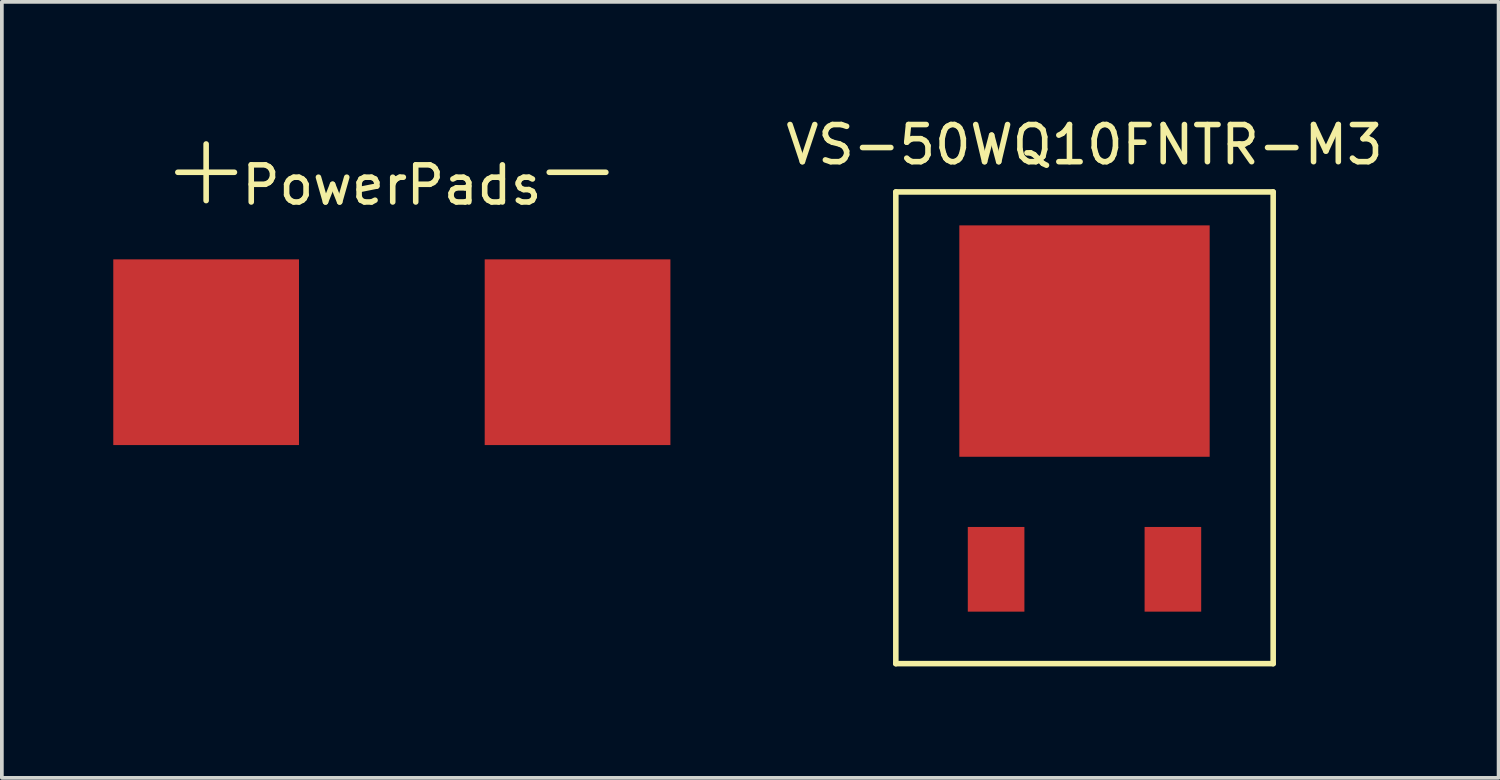
<source format=kicad_pcb>
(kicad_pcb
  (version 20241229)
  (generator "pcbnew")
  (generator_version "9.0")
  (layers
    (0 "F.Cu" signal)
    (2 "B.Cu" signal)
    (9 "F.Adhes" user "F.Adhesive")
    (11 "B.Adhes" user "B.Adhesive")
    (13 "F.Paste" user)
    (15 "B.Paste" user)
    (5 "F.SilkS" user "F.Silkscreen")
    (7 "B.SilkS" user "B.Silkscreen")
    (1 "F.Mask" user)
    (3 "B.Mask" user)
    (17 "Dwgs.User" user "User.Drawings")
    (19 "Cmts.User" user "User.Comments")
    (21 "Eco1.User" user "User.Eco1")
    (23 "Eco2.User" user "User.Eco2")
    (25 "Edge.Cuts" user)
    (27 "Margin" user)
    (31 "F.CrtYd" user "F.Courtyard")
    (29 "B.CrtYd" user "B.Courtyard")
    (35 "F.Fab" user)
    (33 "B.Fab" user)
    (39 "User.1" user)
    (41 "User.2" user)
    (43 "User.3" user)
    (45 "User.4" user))
  (footprint "VS-50WQ10FNTR-M3"
    (layer "F.Cu")
    (at 26.149 12.278)
    (property "Reference" "VS-50WQ10FNTR-M3" (at 0 -11.43 0) (layer "F.SilkS") (effects (font (size 1 1) (thickness 0.15))))
    (attr through_hole)
    (fp_line (start -5.08 -10.16) (end 5.08 -10.16) (stroke (width 0.15) (type solid)) (layer "F.SilkS"))
    (fp_line (start -5.08 2.54) (end -5.08 -10.16) (stroke (width 0.15) (type solid)) (layer "F.SilkS"))
    (fp_line (start 5.08 -10.16) (end 5.08 2.54) (stroke (width 0.15) (type solid)) (layer "F.SilkS"))
    (fp_line (start 5.08 2.54) (end -5.08 2.54) (stroke (width 0.15) (type solid)) (layer "F.SilkS"))
    (pad "1" smd rect (at -2.38 0) (size 1.524 2.28) (layers "F.Cu" "F.Mask" "F.Paste"))
    (pad "2" smd rect (at 2.38 0) (size 1.524 2.28) (layers "F.Cu" "F.Mask" "F.Paste"))
    (pad "3" smd rect (at 0 -6.145) (size 6.74 6.23) (layers "F.Cu" "F.Mask" "F.Paste")))
  (footprint "PowerPads"
    (layer "F.Cu")
    (at 7.5 6.433)
    (property "Reference" "PowerPads" (at 0 -4.5 0) (layer "F.SilkS") (effects (font (size 1 1) (thickness 0.15))))
    (attr through_hole)
    (fp_text user "-" (at 5 -5 0) (layer "F.SilkS") (effects (font (size 2 2) (thickness 0.15))))
    (fp_text user "+" (at -5 -5 0) (layer "F.SilkS") (effects (font (size 2 2) (thickness 0.15))))
    (pad "1" smd rect (at -5 0) (size 5 5) (layers "F.Cu" "F.Mask" "F.Paste"))
    (pad "2" smd rect (at 5 0) (size 5 5) (layers "F.Cu" "F.Mask" "F.Paste")))
  (gr_rect
    (start -3 -3)
    (end 37.298 17.893)
    (stroke (width 0.1) (type default))
    (fill no)
    (layer "Edge.Cuts")))
</source>
